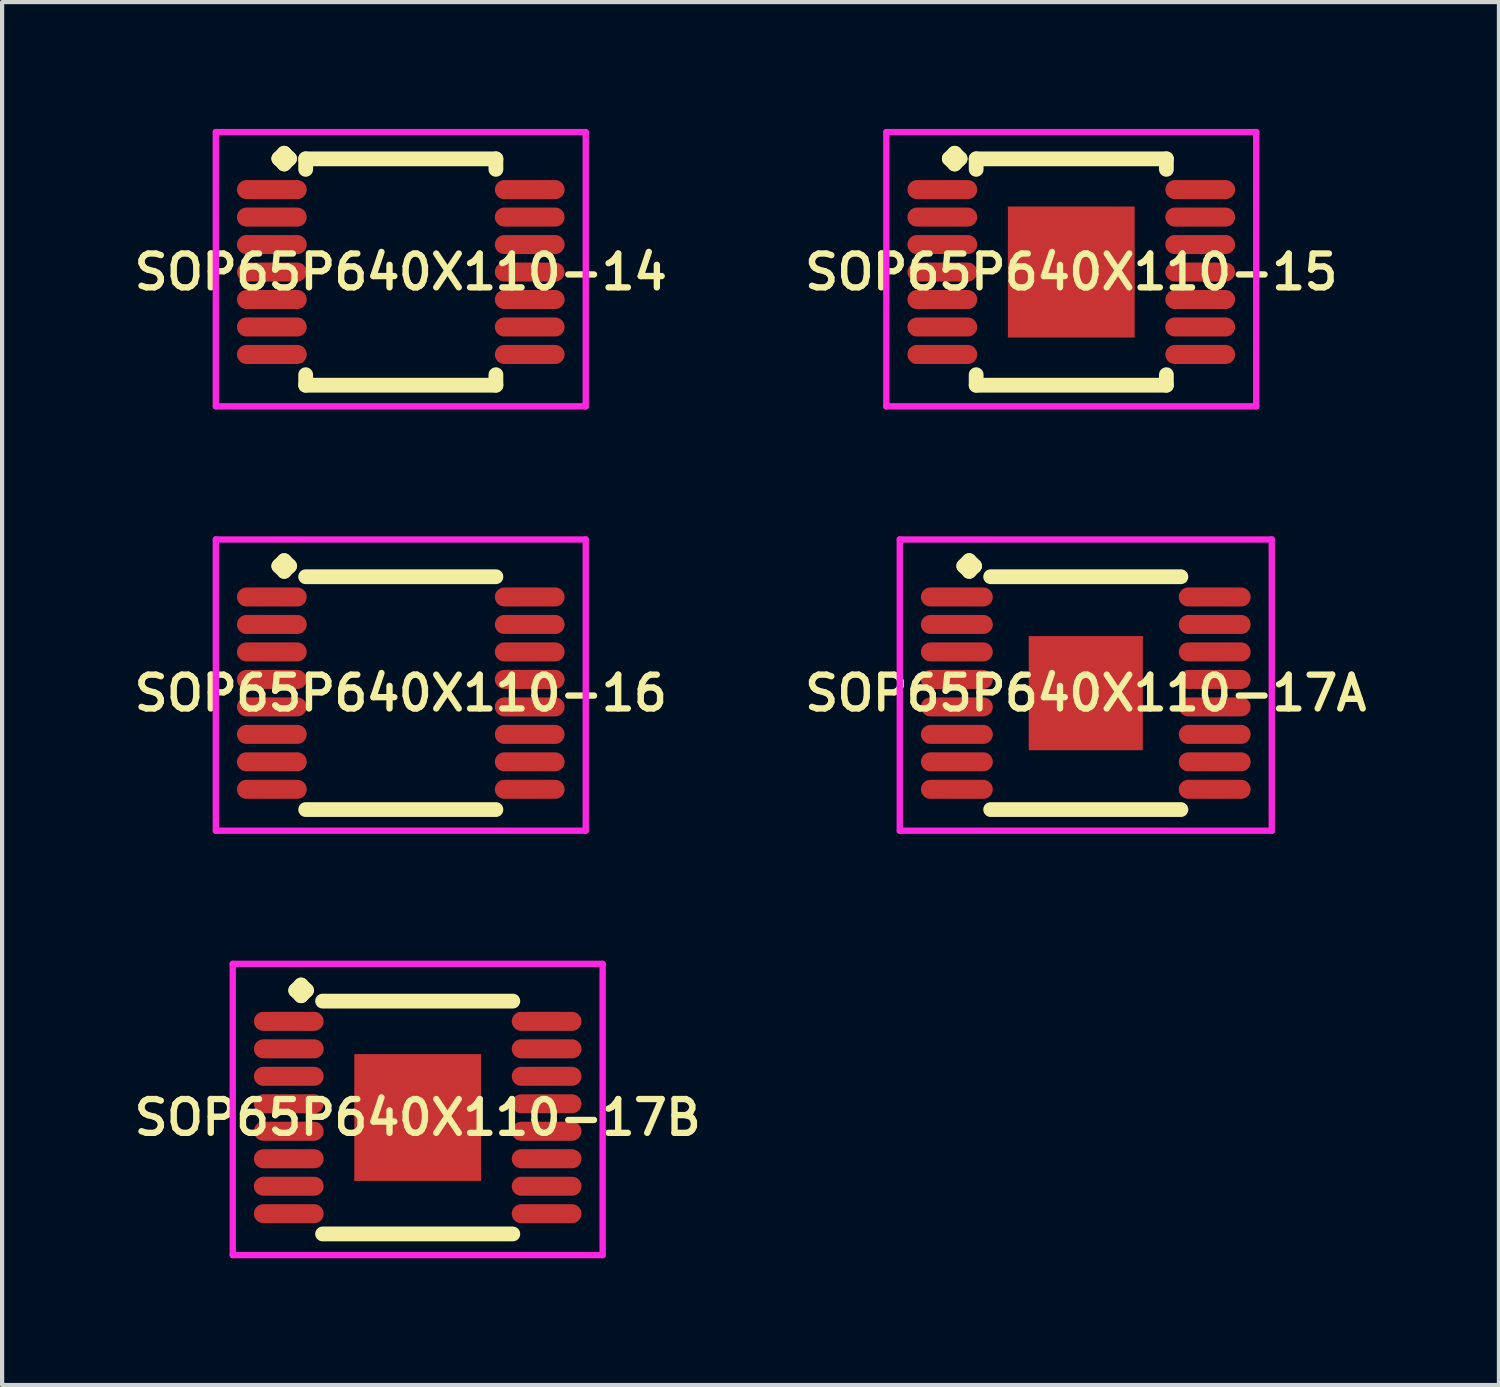
<source format=kicad_pcb>
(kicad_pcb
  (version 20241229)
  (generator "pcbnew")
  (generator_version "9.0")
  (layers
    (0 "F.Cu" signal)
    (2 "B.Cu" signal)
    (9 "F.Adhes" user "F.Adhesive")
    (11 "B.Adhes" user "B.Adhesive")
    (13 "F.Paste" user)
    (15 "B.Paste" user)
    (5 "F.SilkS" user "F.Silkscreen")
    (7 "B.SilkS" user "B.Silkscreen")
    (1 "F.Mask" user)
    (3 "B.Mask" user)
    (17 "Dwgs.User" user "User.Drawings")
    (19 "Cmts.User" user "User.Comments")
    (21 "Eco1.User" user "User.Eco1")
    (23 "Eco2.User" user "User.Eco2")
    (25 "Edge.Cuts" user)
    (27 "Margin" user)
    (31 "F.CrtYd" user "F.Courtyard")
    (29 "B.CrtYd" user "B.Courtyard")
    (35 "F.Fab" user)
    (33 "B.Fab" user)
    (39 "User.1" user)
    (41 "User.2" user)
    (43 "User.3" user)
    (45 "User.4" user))
  (footprint "SOP65P640X110-14"
    (layer "F.Cu")
    (at 6.431 3.385)
    (property "Reference" "SOP65P640X110-14" (at 0 0 0) (layer "F.SilkS") (effects (font (size 0.8 0.8) (thickness 0.15))))
    (attr smd)
    (fp_line (start -2.885 -2.683) (end -2.758 -2.81) (stroke (width 0.35) (type solid)) (layer "F.SilkS"))
    (fp_line (start -2.758 -2.81) (end -2.631 -2.683) (stroke (width 0.35) (type solid)) (layer "F.SilkS"))
    (fp_line (start -2.758 -2.556) (end -2.885 -2.683) (stroke (width 0.35) (type solid)) (layer "F.SilkS"))
    (fp_line (start -2.631 -2.683) (end -2.758 -2.556) (stroke (width 0.35) (type solid)) (layer "F.SilkS"))
    (fp_line (start -2.25 -2.677) (end 2.25 -2.677) (stroke (width 0.35) (type solid)) (layer "F.SilkS"))
    (fp_line (start -2.25 -2.429) (end -2.25 -2.677) (stroke (width 0.35) (type solid)) (layer "F.SilkS"))
    (fp_line (start -2.25 2.429) (end -2.25 2.677) (stroke (width 0.35) (type solid)) (layer "F.SilkS"))
    (fp_line (start -2.25 2.677) (end 2.25 2.677) (stroke (width 0.35) (type solid)) (layer "F.SilkS"))
    (fp_line (start 2.25 -2.677) (end 2.25 -2.429) (stroke (width 0.35) (type solid)) (layer "F.SilkS"))
    (fp_line (start 2.25 2.677) (end 2.25 2.429) (stroke (width 0.35) (type solid)) (layer "F.SilkS"))
    (fp_line (start -4.375 -3.31) (end 4.375 -3.31) (stroke (width 0.15) (type solid)) (layer "F.CrtYd"))
    (fp_line (start -4.375 3.177) (end -4.375 -3.31) (stroke (width 0.15) (type solid)) (layer "F.CrtYd"))
    (fp_line (start 4.375 -3.31) (end 4.375 3.177) (stroke (width 0.15) (type solid)) (layer "F.CrtYd"))
    (fp_line (start 4.375 3.177) (end -4.375 3.177) (stroke (width 0.15) (type solid)) (layer "F.CrtYd"))
    (pad "1" smd oval (at -3.05 -1.95) (size 1.65 0.45) (layers "F.Cu" "F.Mask" "F.Paste"))
    (pad "2" smd oval (at -3.05 -1.3) (size 1.65 0.45) (layers "F.Cu" "F.Mask" "F.Paste"))
    (pad "3" smd oval (at -3.05 -0.65) (size 1.65 0.45) (layers "F.Cu" "F.Mask" "F.Paste"))
    (pad "4" smd oval (at -3.05 0) (size 1.65 0.45) (layers "F.Cu" "F.Mask" "F.Paste"))
    (pad "5" smd oval (at -3.05 0.65) (size 1.65 0.45) (layers "F.Cu" "F.Mask" "F.Paste"))
    (pad "6" smd oval (at -3.05 1.3) (size 1.65 0.45) (layers "F.Cu" "F.Mask" "F.Paste"))
    (pad "7" smd oval (at -3.05 1.95) (size 1.65 0.45) (layers "F.Cu" "F.Mask" "F.Paste"))
    (pad "8" smd oval (at 3.05 1.95) (size 1.65 0.45) (layers "F.Cu" "F.Mask" "F.Paste"))
    (pad "9" smd oval (at 3.05 1.3) (size 1.65 0.45) (layers "F.Cu" "F.Mask" "F.Paste"))
    (pad "10" smd oval (at 3.05 0.65) (size 1.65 0.45) (layers "F.Cu" "F.Mask" "F.Paste"))
    (pad "11" smd oval (at 3.05 0) (size 1.65 0.45) (layers "F.Cu" "F.Mask" "F.Paste"))
    (pad "12" smd oval (at 3.05 -0.65) (size 1.65 0.45) (layers "F.Cu" "F.Mask" "F.Paste"))
    (pad "13" smd oval (at 3.05 -1.3) (size 1.65 0.45) (layers "F.Cu" "F.Mask" "F.Paste"))
    (pad "14" smd oval (at 3.05 -1.95) (size 1.65 0.45) (layers "F.Cu" "F.Mask" "F.Paste")))
  (footprint "SOP65P640X110-17B"
    (layer "F.Cu")
    (at 6.831 23.386)
    (property "Reference" "SOP65P640X110-17B" (at 0 0 0) (layer "F.SilkS") (effects (font (size 0.8 0.8) (thickness 0.15))))
    (attr smd)
    (fp_line (start -2.885 -3.008) (end -2.758 -3.135) (stroke (width 0.35) (type solid)) (layer "F.SilkS"))
    (fp_line (start -2.758 -3.135) (end -2.631 -3.008) (stroke (width 0.35) (type solid)) (layer "F.SilkS"))
    (fp_line (start -2.758 -2.881) (end -2.885 -3.008) (stroke (width 0.35) (type solid)) (layer "F.SilkS"))
    (fp_line (start -2.631 -3.008) (end -2.758 -2.881) (stroke (width 0.35) (type solid)) (layer "F.SilkS"))
    (fp_line (start -2.25 -2.754) (end 2.25 -2.754) (stroke (width 0.35) (type solid)) (layer "F.SilkS"))
    (fp_line (start -2.25 2.754) (end 2.25 2.754) (stroke (width 0.35) (type solid)) (layer "F.SilkS"))
    (fp_line (start -4.375 -3.635) (end 4.375 -3.635) (stroke (width 0.15) (type solid)) (layer "F.CrtYd"))
    (fp_line (start -4.375 3.254) (end -4.375 -3.635) (stroke (width 0.15) (type solid)) (layer "F.CrtYd"))
    (fp_line (start 4.375 -3.635) (end 4.375 3.254) (stroke (width 0.15) (type solid)) (layer "F.CrtYd"))
    (fp_line (start 4.375 3.254) (end -4.375 3.254) (stroke (width 0.15) (type solid)) (layer "F.CrtYd"))
    (pad "1" smd oval (at -3.05 -2.275) (size 1.65 0.45) (layers "F.Cu" "F.Mask" "F.Paste"))
    (pad "2" smd oval (at -3.05 -1.625) (size 1.65 0.45) (layers "F.Cu" "F.Mask" "F.Paste"))
    (pad "3" smd oval (at -3.05 -0.975) (size 1.65 0.45) (layers "F.Cu" "F.Mask" "F.Paste"))
    (pad "4" smd oval (at -3.05 -0.325) (size 1.65 0.45) (layers "F.Cu" "F.Mask" "F.Paste"))
    (pad "5" smd oval (at -3.05 0.325) (size 1.65 0.45) (layers "F.Cu" "F.Mask" "F.Paste"))
    (pad "6" smd oval (at -3.05 0.975) (size 1.65 0.45) (layers "F.Cu" "F.Mask" "F.Paste"))
    (pad "7" smd oval (at -3.05 1.625) (size 1.65 0.45) (layers "F.Cu" "F.Mask" "F.Paste"))
    (pad "8" smd oval (at -3.05 2.275) (size 1.65 0.45) (layers "F.Cu" "F.Mask" "F.Paste"))
    (pad "9" smd oval (at 3.05 2.275) (size 1.65 0.45) (layers "F.Cu" "F.Mask" "F.Paste"))
    (pad "10" smd oval (at 3.05 1.625) (size 1.65 0.45) (layers "F.Cu" "F.Mask" "F.Paste"))
    (pad "11" smd oval (at 3.05 0.975) (size 1.65 0.45) (layers "F.Cu" "F.Mask" "F.Paste"))
    (pad "12" smd oval (at 3.05 0.325) (size 1.65 0.45) (layers "F.Cu" "F.Mask" "F.Paste"))
    (pad "13" smd oval (at 3.05 -0.325) (size 1.65 0.45) (layers "F.Cu" "F.Mask" "F.Paste"))
    (pad "14" smd oval (at 3.05 -0.975) (size 1.65 0.45) (layers "F.Cu" "F.Mask" "F.Paste"))
    (pad "15" smd oval (at 3.05 -1.625) (size 1.65 0.45) (layers "F.Cu" "F.Mask" "F.Paste"))
    (pad "16" smd oval (at 3.05 -2.275) (size 1.65 0.45) (layers "F.Cu" "F.Mask" "F.Paste"))
    (pad "17" smd rect (at 0 0) (size 3 3) (layers "F.Cu" "F.Mask" "F.Paste")))
  (footprint "SOP65P640X110-16"
    (layer "F.Cu")
    (at 6.431 13.347)
    (property "Reference" "SOP65P640X110-16" (at 0 0 0) (layer "F.SilkS") (effects (font (size 0.8 0.8) (thickness 0.15))))
    (attr smd)
    (fp_line (start -2.885 -3.008) (end -2.758 -3.135) (stroke (width 0.35) (type solid)) (layer "F.SilkS"))
    (fp_line (start -2.758 -3.135) (end -2.631 -3.008) (stroke (width 0.35) (type solid)) (layer "F.SilkS"))
    (fp_line (start -2.758 -2.881) (end -2.885 -3.008) (stroke (width 0.35) (type solid)) (layer "F.SilkS"))
    (fp_line (start -2.631 -3.008) (end -2.758 -2.881) (stroke (width 0.35) (type solid)) (layer "F.SilkS"))
    (fp_line (start -2.25 -2.754) (end 2.25 -2.754) (stroke (width 0.35) (type solid)) (layer "F.SilkS"))
    (fp_line (start -2.25 2.754) (end 2.25 2.754) (stroke (width 0.35) (type solid)) (layer "F.SilkS"))
    (fp_line (start -4.375 -3.635) (end 4.375 -3.635) (stroke (width 0.15) (type solid)) (layer "F.CrtYd"))
    (fp_line (start -4.375 3.254) (end -4.375 -3.635) (stroke (width 0.15) (type solid)) (layer "F.CrtYd"))
    (fp_line (start 4.375 -3.635) (end 4.375 3.254) (stroke (width 0.15) (type solid)) (layer "F.CrtYd"))
    (fp_line (start 4.375 3.254) (end -4.375 3.254) (stroke (width 0.15) (type solid)) (layer "F.CrtYd"))
    (pad "1" smd oval (at -3.05 -2.275) (size 1.65 0.45) (layers "F.Cu" "F.Mask" "F.Paste"))
    (pad "2" smd oval (at -3.05 -1.625) (size 1.65 0.45) (layers "F.Cu" "F.Mask" "F.Paste"))
    (pad "3" smd oval (at -3.05 -0.975) (size 1.65 0.45) (layers "F.Cu" "F.Mask" "F.Paste"))
    (pad "4" smd oval (at -3.05 -0.325) (size 1.65 0.45) (layers "F.Cu" "F.Mask" "F.Paste"))
    (pad "5" smd oval (at -3.05 0.325) (size 1.65 0.45) (layers "F.Cu" "F.Mask" "F.Paste"))
    (pad "6" smd oval (at -3.05 0.975) (size 1.65 0.45) (layers "F.Cu" "F.Mask" "F.Paste"))
    (pad "7" smd oval (at -3.05 1.625) (size 1.65 0.45) (layers "F.Cu" "F.Mask" "F.Paste"))
    (pad "8" smd oval (at -3.05 2.275) (size 1.65 0.45) (layers "F.Cu" "F.Mask" "F.Paste"))
    (pad "9" smd oval (at 3.05 2.275) (size 1.65 0.45) (layers "F.Cu" "F.Mask" "F.Paste"))
    (pad "10" smd oval (at 3.05 1.625) (size 1.65 0.45) (layers "F.Cu" "F.Mask" "F.Paste"))
    (pad "11" smd oval (at 3.05 0.975) (size 1.65 0.45) (layers "F.Cu" "F.Mask" "F.Paste"))
    (pad "12" smd oval (at 3.05 0.325) (size 1.65 0.45) (layers "F.Cu" "F.Mask" "F.Paste"))
    (pad "13" smd oval (at 3.05 -0.325) (size 1.65 0.45) (layers "F.Cu" "F.Mask" "F.Paste"))
    (pad "14" smd oval (at 3.05 -0.975) (size 1.65 0.45) (layers "F.Cu" "F.Mask" "F.Paste"))
    (pad "15" smd oval (at 3.05 -1.625) (size 1.65 0.45) (layers "F.Cu" "F.Mask" "F.Paste"))
    (pad "16" smd oval (at 3.05 -2.275) (size 1.65 0.45) (layers "F.Cu" "F.Mask" "F.Paste")))
  (footprint "SOP65P640X110-17A"
    (layer "F.Cu")
    (at 22.635 13.347)
    (property "Reference" "SOP65P640X110-17A" (at 0 0 0) (layer "F.SilkS") (effects (font (size 0.8 0.8) (thickness 0.15))))
    (attr smd)
    (fp_line (start -2.885 -3.008) (end -2.758 -3.135) (stroke (width 0.35) (type solid)) (layer "F.SilkS"))
    (fp_line (start -2.758 -3.135) (end -2.631 -3.008) (stroke (width 0.35) (type solid)) (layer "F.SilkS"))
    (fp_line (start -2.758 -2.881) (end -2.885 -3.008) (stroke (width 0.35) (type solid)) (layer "F.SilkS"))
    (fp_line (start -2.631 -3.008) (end -2.758 -2.881) (stroke (width 0.35) (type solid)) (layer "F.SilkS"))
    (fp_line (start -2.25 -2.754) (end 2.25 -2.754) (stroke (width 0.35) (type solid)) (layer "F.SilkS"))
    (fp_line (start -2.25 2.754) (end 2.25 2.754) (stroke (width 0.35) (type solid)) (layer "F.SilkS"))
    (fp_line (start -4.4 -3.635) (end 4.4 -3.635) (stroke (width 0.15) (type solid)) (layer "F.CrtYd"))
    (fp_line (start -4.4 3.254) (end -4.4 -3.635) (stroke (width 0.15) (type solid)) (layer "F.CrtYd"))
    (fp_line (start 4.4 -3.635) (end 4.4 3.254) (stroke (width 0.15) (type solid)) (layer "F.CrtYd"))
    (fp_line (start 4.4 3.254) (end -4.4 3.254) (stroke (width 0.15) (type solid)) (layer "F.CrtYd"))
    (pad "1" smd oval (at -3.05 -2.275) (size 1.7 0.45) (layers "F.Cu" "F.Mask" "F.Paste"))
    (pad "2" smd oval (at -3.05 -1.625) (size 1.7 0.45) (layers "F.Cu" "F.Mask" "F.Paste"))
    (pad "3" smd oval (at -3.05 -0.975) (size 1.7 0.45) (layers "F.Cu" "F.Mask" "F.Paste"))
    (pad "4" smd oval (at -3.05 -0.325) (size 1.7 0.45) (layers "F.Cu" "F.Mask" "F.Paste"))
    (pad "5" smd oval (at -3.05 0.325) (size 1.7 0.45) (layers "F.Cu" "F.Mask" "F.Paste"))
    (pad "6" smd oval (at -3.05 0.975) (size 1.7 0.45) (layers "F.Cu" "F.Mask" "F.Paste"))
    (pad "7" smd oval (at -3.05 1.625) (size 1.7 0.45) (layers "F.Cu" "F.Mask" "F.Paste"))
    (pad "8" smd oval (at -3.05 2.275) (size 1.7 0.45) (layers "F.Cu" "F.Mask" "F.Paste"))
    (pad "9" smd oval (at 3.05 2.275) (size 1.7 0.45) (layers "F.Cu" "F.Mask" "F.Paste"))
    (pad "10" smd oval (at 3.05 1.625) (size 1.7 0.45) (layers "F.Cu" "F.Mask" "F.Paste"))
    (pad "11" smd oval (at 3.05 0.975) (size 1.7 0.45) (layers "F.Cu" "F.Mask" "F.Paste"))
    (pad "12" smd oval (at 3.05 0.325) (size 1.7 0.45) (layers "F.Cu" "F.Mask" "F.Paste"))
    (pad "13" smd oval (at 3.05 -0.325) (size 1.7 0.45) (layers "F.Cu" "F.Mask" "F.Paste"))
    (pad "14" smd oval (at 3.05 -0.975) (size 1.7 0.45) (layers "F.Cu" "F.Mask" "F.Paste"))
    (pad "15" smd oval (at 3.05 -1.625) (size 1.7 0.45) (layers "F.Cu" "F.Mask" "F.Paste"))
    (pad "16" smd oval (at 3.05 -2.275) (size 1.7 0.45) (layers "F.Cu" "F.Mask" "F.Paste"))
    (pad "17" smd rect (at 0 0) (size 2.7 2.7) (layers "F.Cu" "F.Mask" "F.Paste")))
  (footprint "SOP65P640X110-15"
    (layer "F.Cu")
    (at 22.292 3.385)
    (property "Reference" "SOP65P640X110-15" (at 0 0 0) (layer "F.SilkS") (effects (font (size 0.8 0.8) (thickness 0.15))))
    (attr smd)
    (fp_line (start -2.885 -2.683) (end -2.758 -2.81) (stroke (width 0.35) (type solid)) (layer "F.SilkS"))
    (fp_line (start -2.758 -2.81) (end -2.631 -2.683) (stroke (width 0.35) (type solid)) (layer "F.SilkS"))
    (fp_line (start -2.758 -2.556) (end -2.885 -2.683) (stroke (width 0.35) (type solid)) (layer "F.SilkS"))
    (fp_line (start -2.631 -2.683) (end -2.758 -2.556) (stroke (width 0.35) (type solid)) (layer "F.SilkS"))
    (fp_line (start -2.25 -2.677) (end 2.25 -2.677) (stroke (width 0.35) (type solid)) (layer "F.SilkS"))
    (fp_line (start -2.25 -2.429) (end -2.25 -2.677) (stroke (width 0.35) (type solid)) (layer "F.SilkS"))
    (fp_line (start -2.25 2.429) (end -2.25 2.677) (stroke (width 0.35) (type solid)) (layer "F.SilkS"))
    (fp_line (start -2.25 2.677) (end 2.25 2.677) (stroke (width 0.35) (type solid)) (layer "F.SilkS"))
    (fp_line (start 2.25 -2.677) (end 2.25 -2.429) (stroke (width 0.35) (type solid)) (layer "F.SilkS"))
    (fp_line (start 2.25 2.677) (end 2.25 2.429) (stroke (width 0.35) (type solid)) (layer "F.SilkS"))
    (fp_line (start -4.375 -3.31) (end 4.375 -3.31) (stroke (width 0.15) (type solid)) (layer "F.CrtYd"))
    (fp_line (start -4.375 3.177) (end -4.375 -3.31) (stroke (width 0.15) (type solid)) (layer "F.CrtYd"))
    (fp_line (start 4.375 -3.31) (end 4.375 3.177) (stroke (width 0.15) (type solid)) (layer "F.CrtYd"))
    (fp_line (start 4.375 3.177) (end -4.375 3.177) (stroke (width 0.15) (type solid)) (layer "F.CrtYd"))
    (pad "1" smd oval (at -3.05 -1.95) (size 1.65 0.45) (layers "F.Cu" "F.Mask" "F.Paste"))
    (pad "2" smd oval (at -3.05 -1.3) (size 1.65 0.45) (layers "F.Cu" "F.Mask" "F.Paste"))
    (pad "3" smd oval (at -3.05 -0.65) (size 1.65 0.45) (layers "F.Cu" "F.Mask" "F.Paste"))
    (pad "4" smd oval (at -3.05 0) (size 1.65 0.45) (layers "F.Cu" "F.Mask" "F.Paste"))
    (pad "5" smd oval (at -3.05 0.65) (size 1.65 0.45) (layers "F.Cu" "F.Mask" "F.Paste"))
    (pad "6" smd oval (at -3.05 1.3) (size 1.65 0.45) (layers "F.Cu" "F.Mask" "F.Paste"))
    (pad "7" smd oval (at -3.05 1.95) (size 1.65 0.45) (layers "F.Cu" "F.Mask" "F.Paste"))
    (pad "8" smd oval (at 3.05 1.95) (size 1.65 0.45) (layers "F.Cu" "F.Mask" "F.Paste"))
    (pad "9" smd oval (at 3.05 1.3) (size 1.65 0.45) (layers "F.Cu" "F.Mask" "F.Paste"))
    (pad "10" smd oval (at 3.05 0.65) (size 1.65 0.45) (layers "F.Cu" "F.Mask" "F.Paste"))
    (pad "11" smd oval (at 3.05 0) (size 1.65 0.45) (layers "F.Cu" "F.Mask" "F.Paste"))
    (pad "12" smd oval (at 3.05 -0.65) (size 1.65 0.45) (layers "F.Cu" "F.Mask" "F.Paste"))
    (pad "13" smd oval (at 3.05 -1.3) (size 1.65 0.45) (layers "F.Cu" "F.Mask" "F.Paste"))
    (pad "14" smd oval (at 3.05 -1.95) (size 1.65 0.45) (layers "F.Cu" "F.Mask" "F.Paste"))
    (pad "15" smd rect (at 0 0) (size 3 3.1) (layers "F.Cu" "F.Mask" "F.Paste")))
  (gr_rect
    (start -3 -3)
    (end 32.409 29.715)
    (stroke (width 0.1) (type default))
    (fill no)
    (layer "Edge.Cuts")))
</source>
